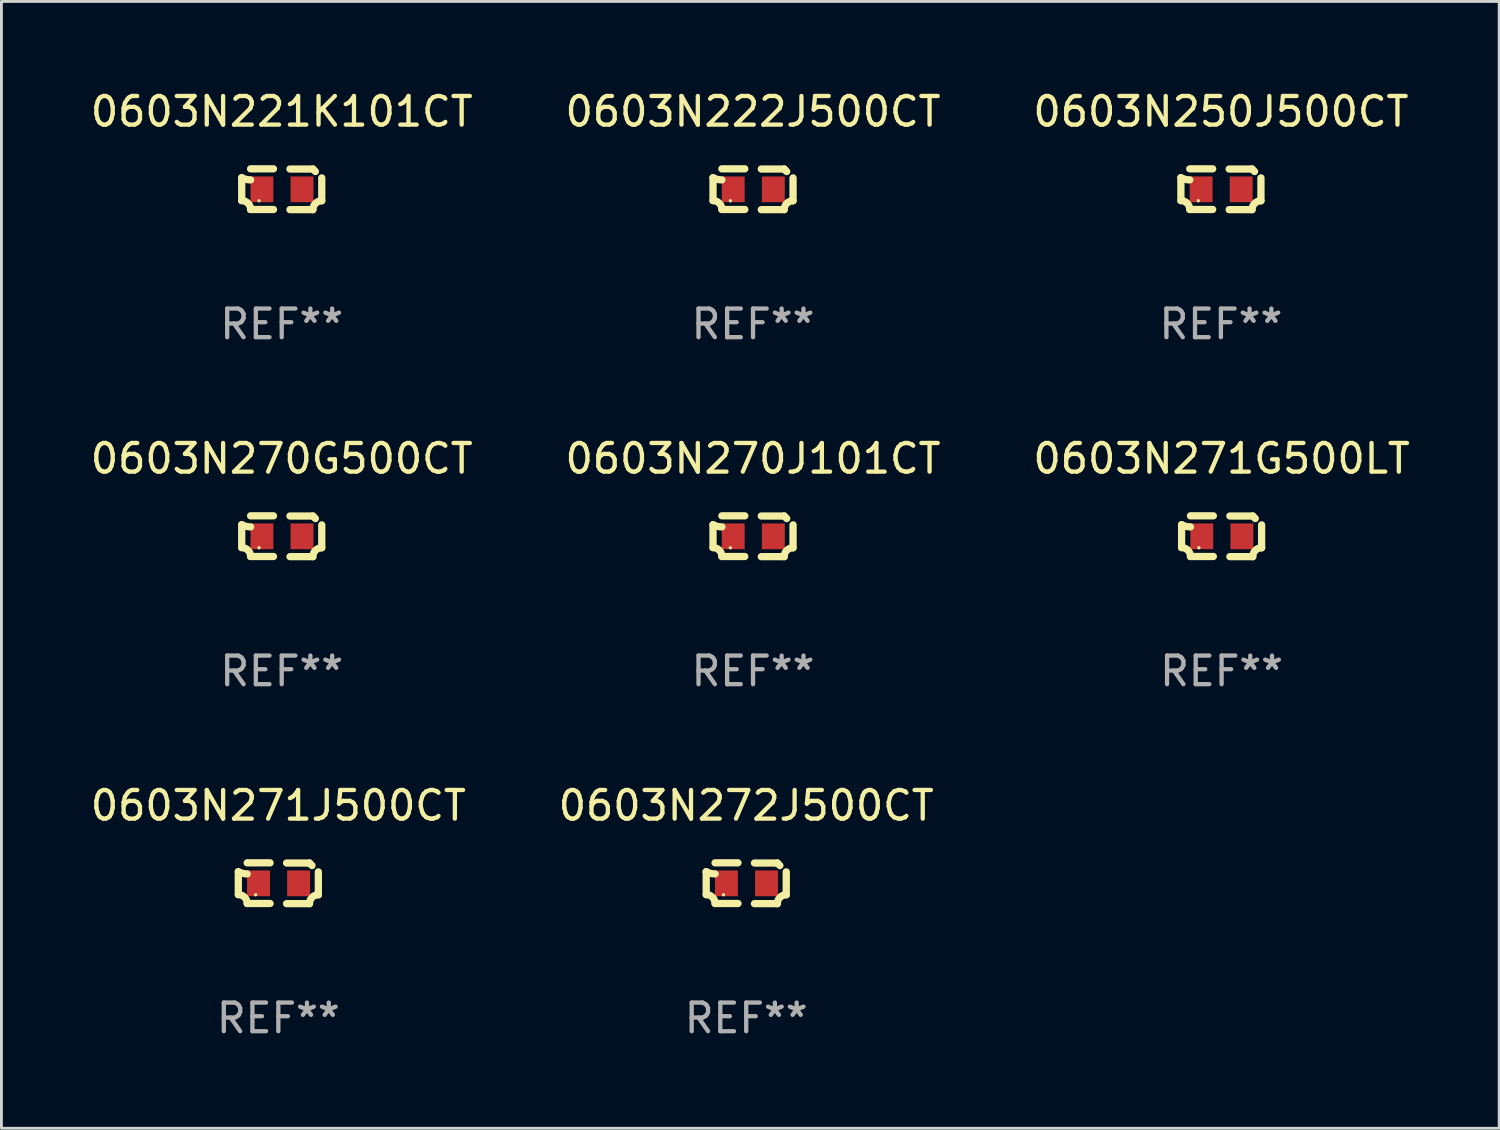
<source format=kicad_pcb>
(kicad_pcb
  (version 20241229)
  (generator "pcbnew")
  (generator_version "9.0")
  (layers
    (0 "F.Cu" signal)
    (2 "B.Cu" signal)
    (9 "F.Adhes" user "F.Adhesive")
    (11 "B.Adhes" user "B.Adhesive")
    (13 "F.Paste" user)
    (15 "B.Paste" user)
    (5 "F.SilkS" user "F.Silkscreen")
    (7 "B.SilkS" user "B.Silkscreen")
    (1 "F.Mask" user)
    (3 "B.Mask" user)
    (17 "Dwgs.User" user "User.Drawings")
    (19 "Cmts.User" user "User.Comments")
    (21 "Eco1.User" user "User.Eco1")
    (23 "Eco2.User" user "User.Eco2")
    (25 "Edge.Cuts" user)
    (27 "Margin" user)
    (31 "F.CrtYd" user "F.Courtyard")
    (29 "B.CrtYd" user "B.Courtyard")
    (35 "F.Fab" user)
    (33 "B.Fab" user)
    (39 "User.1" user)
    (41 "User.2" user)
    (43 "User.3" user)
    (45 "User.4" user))
  (footprint "0603N250J500CT"
    (layer "F.Cu")
    (at 39.601 3.561)
    (property "Reference" "0603N250J500CT" (at 0 -2.713 0) (layer "F.SilkS") (effects (font (size 1 1) (thickness 0.15))))
    (attr through_hole)
    (fp_line (start -1.398 -0.403) (end -1.398 0.397) (stroke (width 0.254) (type solid)) (layer "F.SilkS"))
    (fp_line (start -0.288 -0.713) (end -1.088 -0.713) (stroke (width 0.254) (type solid)) (layer "F.SilkS"))
    (fp_line (start -0.288 0.707) (end -1.088 0.707) (stroke (width 0.254) (type solid)) (layer "F.SilkS"))
    (fp_line (start 0.288 -0.707) (end 1.088 -0.707) (stroke (width 0.254) (type solid)) (layer "F.SilkS"))
    (fp_line (start 0.288 0.713) (end 1.088 0.713) (stroke (width 0.254) (type solid)) (layer "F.SilkS"))
    (fp_line (start 1.398 -0.397) (end 1.398 0.403) (stroke (width 0.254) (type solid)) (layer "F.SilkS"))
    (fp_arc (start -1.397789 0.397066) (mid -1.178701 0.487826) (end -1.08796 0.706922) (stroke (width 0.254001) (type solid)) (layer "F.SilkS"))
    (fp_arc (start -1.08796 -0.327176) (mid -1.247436 -0.346384) (end -1.39779 -0.402908) (stroke (width 0.254001) (type solid)) (layer "F.SilkS"))
    (fp_arc (start 1.087909 0.712738) (mid 1.178656 0.493655) (end 1.397739 0.402908) (stroke (width 0.254001) (type solid)) (layer "F.SilkS"))
    (fp_arc (start 1.175925 -0.618926) (mid 1.131917 -0.662923) (end 1.08791 -0.706922) (stroke (width 0.254001) (type solid)) (layer "F.SilkS"))
    (fp_circle (center -0.792 0.403) (end -0.762 0.403) (stroke (width 0.06) (type solid)) (fill no) (layer "F.SilkS"))
    (fp_text user "REF**" (at 0 4.713 0) (layer "F.Fab") (effects (font (size 1 1) (thickness 0.15))))
    (pad "1" smd rect (at -0.692 0.003) (size 0.8 0.9) (layers "F.Cu" "F.Mask" "F.Paste"))
    (pad "2" smd rect (at 0.708 0.003) (size 0.8 0.9) (layers "F.Cu" "F.Mask" "F.Paste")))
  (footprint "0603N270J101CT"
    (layer "F.Cu")
    (at 23.256 15.683)
    (property "Reference" "0603N270J101CT" (at 0 -2.713 0) (layer "F.SilkS") (effects (font (size 1 1) (thickness 0.15))))
    (attr through_hole)
    (fp_line (start -1.398 -0.403) (end -1.398 0.397) (stroke (width 0.254) (type solid)) (layer "F.SilkS"))
    (fp_line (start -0.288 -0.713) (end -1.088 -0.713) (stroke (width 0.254) (type solid)) (layer "F.SilkS"))
    (fp_line (start -0.288 0.707) (end -1.088 0.707) (stroke (width 0.254) (type solid)) (layer "F.SilkS"))
    (fp_line (start 0.288 -0.707) (end 1.088 -0.707) (stroke (width 0.254) (type solid)) (layer "F.SilkS"))
    (fp_line (start 0.288 0.713) (end 1.088 0.713) (stroke (width 0.254) (type solid)) (layer "F.SilkS"))
    (fp_line (start 1.398 -0.397) (end 1.398 0.403) (stroke (width 0.254) (type solid)) (layer "F.SilkS"))
    (fp_arc (start -1.397789 0.397066) (mid -1.178701 0.487826) (end -1.08796 0.706922) (stroke (width 0.254001) (type solid)) (layer "F.SilkS"))
    (fp_arc (start -1.08796 -0.327176) (mid -1.247436 -0.346384) (end -1.39779 -0.402908) (stroke (width 0.254001) (type solid)) (layer "F.SilkS"))
    (fp_arc (start 1.087909 0.712738) (mid 1.178656 0.493655) (end 1.397739 0.402908) (stroke (width 0.254001) (type solid)) (layer "F.SilkS"))
    (fp_arc (start 1.175925 -0.618926) (mid 1.131917 -0.662923) (end 1.08791 -0.706922) (stroke (width 0.254001) (type solid)) (layer "F.SilkS"))
    (fp_circle (center -0.792 0.403) (end -0.762 0.403) (stroke (width 0.06) (type solid)) (fill no) (layer "F.SilkS"))
    (fp_text user "REF**" (at 0 4.713 0) (layer "F.Fab") (effects (font (size 1 1) (thickness 0.15))))
    (pad "1" smd rect (at -0.692 0.003) (size 0.8 0.9) (layers "F.Cu" "F.Mask" "F.Paste"))
    (pad "2" smd rect (at 0.708 0.003) (size 0.8 0.9) (layers "F.Cu" "F.Mask" "F.Paste")))
  (footprint "0603N272J500CT"
    (layer "F.Cu")
    (at 23.018 27.805)
    (property "Reference" "0603N272J500CT" (at 0 -2.713 0) (layer "F.SilkS") (effects (font (size 1 1) (thickness 0.15))))
    (attr through_hole)
    (fp_line (start -1.398 -0.403) (end -1.398 0.397) (stroke (width 0.254) (type solid)) (layer "F.SilkS"))
    (fp_line (start -0.288 -0.713) (end -1.088 -0.713) (stroke (width 0.254) (type solid)) (layer "F.SilkS"))
    (fp_line (start -0.288 0.707) (end -1.088 0.707) (stroke (width 0.254) (type solid)) (layer "F.SilkS"))
    (fp_line (start 0.288 -0.707) (end 1.088 -0.707) (stroke (width 0.254) (type solid)) (layer "F.SilkS"))
    (fp_line (start 0.288 0.713) (end 1.088 0.713) (stroke (width 0.254) (type solid)) (layer "F.SilkS"))
    (fp_line (start 1.398 -0.397) (end 1.398 0.403) (stroke (width 0.254) (type solid)) (layer "F.SilkS"))
    (fp_arc (start -1.397789 0.397066) (mid -1.178701 0.487826) (end -1.08796 0.706922) (stroke (width 0.254001) (type solid)) (layer "F.SilkS"))
    (fp_arc (start -1.08796 -0.327176) (mid -1.247436 -0.346384) (end -1.39779 -0.402908) (stroke (width 0.254001) (type solid)) (layer "F.SilkS"))
    (fp_arc (start 1.087909 0.712738) (mid 1.178656 0.493655) (end 1.397739 0.402908) (stroke (width 0.254001) (type solid)) (layer "F.SilkS"))
    (fp_arc (start 1.175925 -0.618926) (mid 1.131917 -0.662923) (end 1.08791 -0.706922) (stroke (width 0.254001) (type solid)) (layer "F.SilkS"))
    (fp_circle (center -0.792 0.403) (end -0.762 0.403) (stroke (width 0.06) (type solid)) (fill no) (layer "F.SilkS"))
    (fp_text user "REF**" (at 0 4.713 0) (layer "F.Fab") (effects (font (size 1 1) (thickness 0.15))))
    (pad "1" smd rect (at -0.692 0.003) (size 0.8 0.9) (layers "F.Cu" "F.Mask" "F.Paste"))
    (pad "2" smd rect (at 0.708 0.003) (size 0.8 0.9) (layers "F.Cu" "F.Mask" "F.Paste")))
  (footprint "0603N271G500LT"
    (layer "F.Cu")
    (at 39.625 15.683)
    (property "Reference" "0603N271G500LT" (at 0 -2.713 0) (layer "F.SilkS") (effects (font (size 1 1) (thickness 0.15))))
    (attr through_hole)
    (fp_line (start -1.398 -0.403) (end -1.398 0.397) (stroke (width 0.254) (type solid)) (layer "F.SilkS"))
    (fp_line (start -0.288 -0.713) (end -1.088 -0.713) (stroke (width 0.254) (type solid)) (layer "F.SilkS"))
    (fp_line (start -0.288 0.707) (end -1.088 0.707) (stroke (width 0.254) (type solid)) (layer "F.SilkS"))
    (fp_line (start 0.288 -0.707) (end 1.088 -0.707) (stroke (width 0.254) (type solid)) (layer "F.SilkS"))
    (fp_line (start 0.288 0.713) (end 1.088 0.713) (stroke (width 0.254) (type solid)) (layer "F.SilkS"))
    (fp_line (start 1.398 -0.397) (end 1.398 0.403) (stroke (width 0.254) (type solid)) (layer "F.SilkS"))
    (fp_arc (start -1.397789 0.397066) (mid -1.178701 0.487826) (end -1.08796 0.706922) (stroke (width 0.254001) (type solid)) (layer "F.SilkS"))
    (fp_arc (start -1.08796 -0.327176) (mid -1.247436 -0.346384) (end -1.39779 -0.402908) (stroke (width 0.254001) (type solid)) (layer "F.SilkS"))
    (fp_arc (start 1.087909 0.712738) (mid 1.178656 0.493655) (end 1.397739 0.402908) (stroke (width 0.254001) (type solid)) (layer "F.SilkS"))
    (fp_arc (start 1.175925 -0.618926) (mid 1.131917 -0.662923) (end 1.08791 -0.706922) (stroke (width 0.254001) (type solid)) (layer "F.SilkS"))
    (fp_circle (center -0.792 0.403) (end -0.762 0.403) (stroke (width 0.06) (type solid)) (fill no) (layer "F.SilkS"))
    (fp_text user "REF**" (at 0 4.713 0) (layer "F.Fab") (effects (font (size 1 1) (thickness 0.15))))
    (pad "1" smd rect (at -0.692 0.003) (size 0.8 0.9) (layers "F.Cu" "F.Mask" "F.Paste"))
    (pad "2" smd rect (at 0.708 0.003) (size 0.8 0.9) (layers "F.Cu" "F.Mask" "F.Paste")))
  (footprint "0603N221K101CT"
    (layer "F.Cu")
    (at 6.792 3.561)
    (property "Reference" "0603N221K101CT" (at 0 -2.713 0) (layer "F.SilkS") (effects (font (size 1 1) (thickness 0.15))))
    (attr through_hole)
    (fp_line (start -1.398 -0.403) (end -1.398 0.397) (stroke (width 0.254) (type solid)) (layer "F.SilkS"))
    (fp_line (start -0.288 -0.713) (end -1.088 -0.713) (stroke (width 0.254) (type solid)) (layer "F.SilkS"))
    (fp_line (start -0.288 0.707) (end -1.088 0.707) (stroke (width 0.254) (type solid)) (layer "F.SilkS"))
    (fp_line (start 0.288 -0.707) (end 1.088 -0.707) (stroke (width 0.254) (type solid)) (layer "F.SilkS"))
    (fp_line (start 0.288 0.713) (end 1.088 0.713) (stroke (width 0.254) (type solid)) (layer "F.SilkS"))
    (fp_line (start 1.398 -0.397) (end 1.398 0.403) (stroke (width 0.254) (type solid)) (layer "F.SilkS"))
    (fp_arc (start -1.397789 0.397066) (mid -1.178701 0.487826) (end -1.08796 0.706922) (stroke (width 0.254001) (type solid)) (layer "F.SilkS"))
    (fp_arc (start -1.08796 -0.327176) (mid -1.247436 -0.346384) (end -1.39779 -0.402908) (stroke (width 0.254001) (type solid)) (layer "F.SilkS"))
    (fp_arc (start 1.087909 0.712738) (mid 1.178656 0.493655) (end 1.397739 0.402908) (stroke (width 0.254001) (type solid)) (layer "F.SilkS"))
    (fp_arc (start 1.175925 -0.618926) (mid 1.131917 -0.662923) (end 1.08791 -0.706922) (stroke (width 0.254001) (type solid)) (layer "F.SilkS"))
    (fp_circle (center -0.792 0.403) (end -0.762 0.403) (stroke (width 0.06) (type solid)) (fill no) (layer "F.SilkS"))
    (fp_text user "REF**" (at 0 4.713 0) (layer "F.Fab") (effects (font (size 1 1) (thickness 0.15))))
    (pad "1" smd rect (at -0.692 0.003) (size 0.8 0.9) (layers "F.Cu" "F.Mask" "F.Paste"))
    (pad "2" smd rect (at 0.708 0.003) (size 0.8 0.9) (layers "F.Cu" "F.Mask" "F.Paste")))
  (footprint "0603N222J500CT"
    (layer "F.Cu")
    (at 23.256 3.561)
    (property "Reference" "0603N222J500CT" (at 0 -2.713 0) (layer "F.SilkS") (effects (font (size 1 1) (thickness 0.15))))
    (attr through_hole)
    (fp_line (start -1.398 -0.403) (end -1.398 0.397) (stroke (width 0.254) (type solid)) (layer "F.SilkS"))
    (fp_line (start -0.288 -0.713) (end -1.088 -0.713) (stroke (width 0.254) (type solid)) (layer "F.SilkS"))
    (fp_line (start -0.288 0.707) (end -1.088 0.707) (stroke (width 0.254) (type solid)) (layer "F.SilkS"))
    (fp_line (start 0.288 -0.707) (end 1.088 -0.707) (stroke (width 0.254) (type solid)) (layer "F.SilkS"))
    (fp_line (start 0.288 0.713) (end 1.088 0.713) (stroke (width 0.254) (type solid)) (layer "F.SilkS"))
    (fp_line (start 1.398 -0.397) (end 1.398 0.403) (stroke (width 0.254) (type solid)) (layer "F.SilkS"))
    (fp_arc (start -1.397789 0.397066) (mid -1.178701 0.487826) (end -1.08796 0.706922) (stroke (width 0.254001) (type solid)) (layer "F.SilkS"))
    (fp_arc (start -1.08796 -0.327176) (mid -1.247436 -0.346384) (end -1.39779 -0.402908) (stroke (width 0.254001) (type solid)) (layer "F.SilkS"))
    (fp_arc (start 1.087909 0.712738) (mid 1.178656 0.493655) (end 1.397739 0.402908) (stroke (width 0.254001) (type solid)) (layer "F.SilkS"))
    (fp_arc (start 1.175925 -0.618926) (mid 1.131917 -0.662923) (end 1.08791 -0.706922) (stroke (width 0.254001) (type solid)) (layer "F.SilkS"))
    (fp_circle (center -0.792 0.403) (end -0.762 0.403) (stroke (width 0.06) (type solid)) (fill no) (layer "F.SilkS"))
    (fp_text user "REF**" (at 0 4.713 0) (layer "F.Fab") (effects (font (size 1 1) (thickness 0.15))))
    (pad "1" smd rect (at -0.692 0.003) (size 0.8 0.9) (layers "F.Cu" "F.Mask" "F.Paste"))
    (pad "2" smd rect (at 0.708 0.003) (size 0.8 0.9) (layers "F.Cu" "F.Mask" "F.Paste")))
  (footprint "0603N270G500CT"
    (layer "F.Cu")
    (at 6.792 15.683)
    (property "Reference" "0603N270G500CT" (at 0 -2.713 0) (layer "F.SilkS") (effects (font (size 1 1) (thickness 0.15))))
    (attr through_hole)
    (fp_line (start -1.398 -0.403) (end -1.398 0.397) (stroke (width 0.254) (type solid)) (layer "F.SilkS"))
    (fp_line (start -0.288 -0.713) (end -1.088 -0.713) (stroke (width 0.254) (type solid)) (layer "F.SilkS"))
    (fp_line (start -0.288 0.707) (end -1.088 0.707) (stroke (width 0.254) (type solid)) (layer "F.SilkS"))
    (fp_line (start 0.288 -0.707) (end 1.088 -0.707) (stroke (width 0.254) (type solid)) (layer "F.SilkS"))
    (fp_line (start 0.288 0.713) (end 1.088 0.713) (stroke (width 0.254) (type solid)) (layer "F.SilkS"))
    (fp_line (start 1.398 -0.397) (end 1.398 0.403) (stroke (width 0.254) (type solid)) (layer "F.SilkS"))
    (fp_arc (start -1.397789 0.397066) (mid -1.178701 0.487826) (end -1.08796 0.706922) (stroke (width 0.254001) (type solid)) (layer "F.SilkS"))
    (fp_arc (start -1.08796 -0.327176) (mid -1.247436 -0.346384) (end -1.39779 -0.402908) (stroke (width 0.254001) (type solid)) (layer "F.SilkS"))
    (fp_arc (start 1.087909 0.712738) (mid 1.178656 0.493655) (end 1.397739 0.402908) (stroke (width 0.254001) (type solid)) (layer "F.SilkS"))
    (fp_arc (start 1.175925 -0.618926) (mid 1.131917 -0.662923) (end 1.08791 -0.706922) (stroke (width 0.254001) (type solid)) (layer "F.SilkS"))
    (fp_circle (center -0.792 0.403) (end -0.762 0.403) (stroke (width 0.06) (type solid)) (fill no) (layer "F.SilkS"))
    (fp_text user "REF**" (at 0 4.713 0) (layer "F.Fab") (effects (font (size 1 1) (thickness 0.15))))
    (pad "1" smd rect (at -0.692 0.003) (size 0.8 0.9) (layers "F.Cu" "F.Mask" "F.Paste"))
    (pad "2" smd rect (at 0.708 0.003) (size 0.8 0.9) (layers "F.Cu" "F.Mask" "F.Paste")))
  (footprint "0603N271J500CT"
    (layer "F.Cu")
    (at 6.673 27.805)
    (property "Reference" "0603N271J500CT" (at 0 -2.713 0) (layer "F.SilkS") (effects (font (size 1 1) (thickness 0.15))))
    (attr through_hole)
    (fp_line (start -1.398 -0.403) (end -1.398 0.397) (stroke (width 0.254) (type solid)) (layer "F.SilkS"))
    (fp_line (start -0.288 -0.713) (end -1.088 -0.713) (stroke (width 0.254) (type solid)) (layer "F.SilkS"))
    (fp_line (start -0.288 0.707) (end -1.088 0.707) (stroke (width 0.254) (type solid)) (layer "F.SilkS"))
    (fp_line (start 0.288 -0.707) (end 1.088 -0.707) (stroke (width 0.254) (type solid)) (layer "F.SilkS"))
    (fp_line (start 0.288 0.713) (end 1.088 0.713) (stroke (width 0.254) (type solid)) (layer "F.SilkS"))
    (fp_line (start 1.398 -0.397) (end 1.398 0.403) (stroke (width 0.254) (type solid)) (layer "F.SilkS"))
    (fp_arc (start -1.397789 0.397066) (mid -1.178701 0.487826) (end -1.08796 0.706922) (stroke (width 0.254001) (type solid)) (layer "F.SilkS"))
    (fp_arc (start -1.08796 -0.327176) (mid -1.247436 -0.346384) (end -1.39779 -0.402908) (stroke (width 0.254001) (type solid)) (layer "F.SilkS"))
    (fp_arc (start 1.087909 0.712738) (mid 1.178656 0.493655) (end 1.397739 0.402908) (stroke (width 0.254001) (type solid)) (layer "F.SilkS"))
    (fp_arc (start 1.175925 -0.618926) (mid 1.131917 -0.662923) (end 1.08791 -0.706922) (stroke (width 0.254001) (type solid)) (layer "F.SilkS"))
    (fp_circle (center -0.792 0.403) (end -0.762 0.403) (stroke (width 0.06) (type solid)) (fill no) (layer "F.SilkS"))
    (fp_text user "REF**" (at 0 4.713 0) (layer "F.Fab") (effects (font (size 1 1) (thickness 0.15))))
    (pad "1" smd rect (at -0.692 0.003) (size 0.8 0.9) (layers "F.Cu" "F.Mask" "F.Paste"))
    (pad "2" smd rect (at 0.708 0.003) (size 0.8 0.9) (layers "F.Cu" "F.Mask" "F.Paste")))
  (gr_rect
    (start -3 -3)
    (end 49.321 36.366)
    (stroke (width 0.1) (type default))
    (fill no)
    (layer "Edge.Cuts")))
</source>
